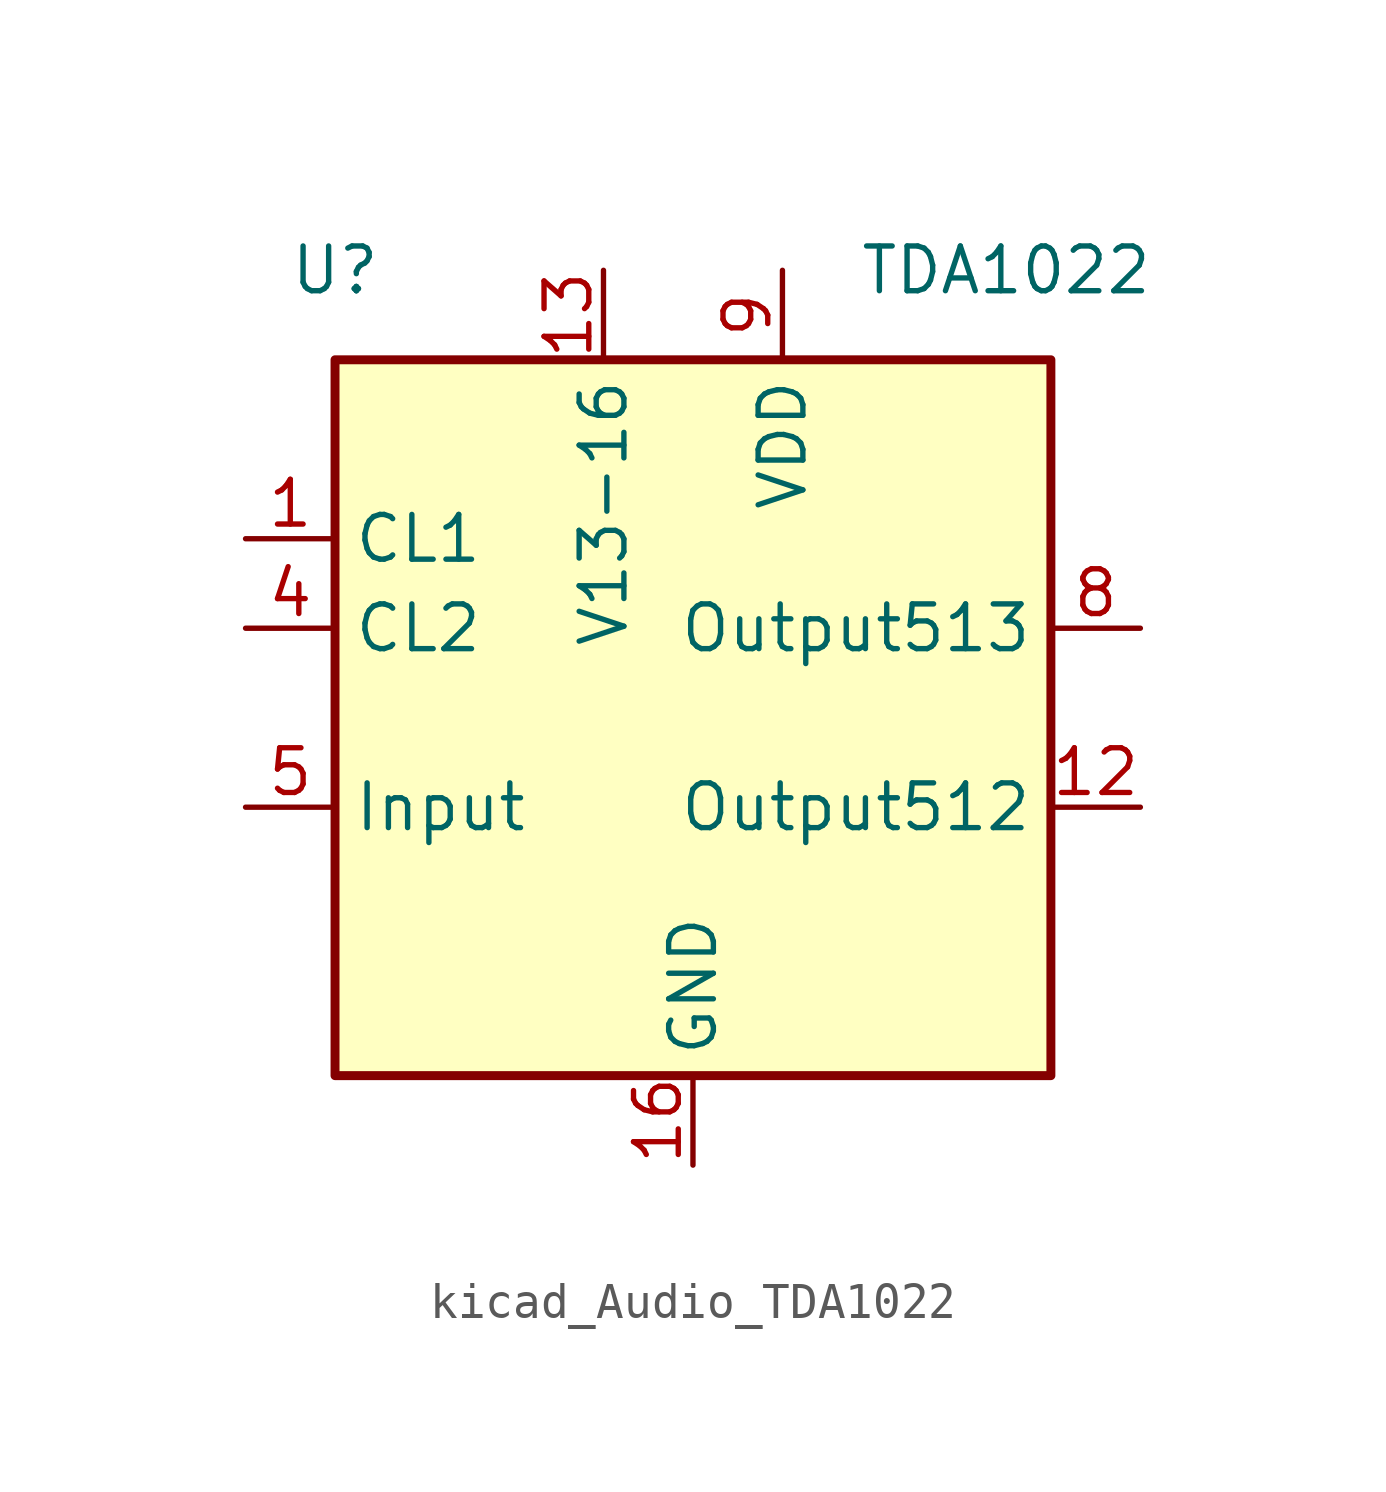
<source format=kicad_sym>
(kicad_symbol_lib
  (version 20220914)
  (generator kicad_symbol_editor)
  (symbol "kicad_Audio_TDA1022"
    (property "Reference" "U"
      (at -10.16 12.7 0)
      (effects (font (size 1.27 1.27))))
    (property "Value" "TDA1022"
      (at 8.89 12.7 0)
      (effects (font (size 1.27 1.27))))
    (symbol "kicad_Audio_TDA1022_0_1"
      (rectangle (start -10.16 10.16) (end 10.16 -10.16) (stroke (width 0.254) (type default)) (fill (type background))))
    (symbol "kicad_Audio_TDA1022_1_1"
      (pin input line (at -12.7 5.08 0) (length 2.54) (name "CL1" (effects (font (size 1.27 1.27)))) (number "1" (effects (font (size 1.27 1.27)))))
      (pin no_connect line (at 2.54 -10.16 90) (length 2.54) hide (name "NC" (effects (font (size 1.27 1.27)))) (number "10" (effects (font (size 1.27 1.27)))))
      (pin no_connect line (at 5.08 -10.16 90) (length 2.54) hide (name "NC" (effects (font (size 1.27 1.27)))) (number "11" (effects (font (size 1.27 1.27)))))
      (pin output line (at 12.7 -2.54 180) (length 2.54) (name "Output512" (effects (font (size 1.27 1.27)))) (number "12" (effects (font (size 1.27 1.27)))))
      (pin power_in line (at -2.54 12.7 270) (length 2.54) (name "V13-16" (effects (font (size 1.27 1.27)))) (number "13" (effects (font (size 1.27 1.27)))))
      (pin no_connect line (at 10.16 -5.08 180) (length 2.54) hide (name "NC" (effects (font (size 1.27 1.27)))) (number "14" (effects (font (size 1.27 1.27)))))
      (pin no_connect line (at 10.16 -7.62 180) (length 2.54) hide (name "NC" (effects (font (size 1.27 1.27)))) (number "15" (effects (font (size 1.27 1.27)))))
      (pin power_in line (at 0 -12.7 90) (length 2.54) (name "GND" (effects (font (size 1.27 1.27)))) (number "16" (effects (font (size 1.27 1.27)))))
      (pin no_connect line (at -10.16 -5.08 0) (length 2.54) hide (name "NC" (effects (font (size 1.27 1.27)))) (number "2" (effects (font (size 1.27 1.27)))))
      (pin no_connect line (at -10.16 -7.62 0) (length 2.54) hide (name "NC" (effects (font (size 1.27 1.27)))) (number "3" (effects (font (size 1.27 1.27)))))
      (pin input line (at -12.7 2.54 0) (length 2.54) (name "CL2" (effects (font (size 1.27 1.27)))) (number "4" (effects (font (size 1.27 1.27)))))
      (pin input line (at -12.7 -2.54 0) (length 2.54) (name "Input" (effects (font (size 1.27 1.27)))) (number "5" (effects (font (size 1.27 1.27)))))
      (pin no_connect line (at -5.08 -10.16 90) (length 2.54) hide (name "NC" (effects (font (size 1.27 1.27)))) (number "6" (effects (font (size 1.27 1.27)))))
      (pin no_connect line (at -2.54 -10.16 90) (length 2.54) hide (name "NC" (effects (font (size 1.27 1.27)))) (number "7" (effects (font (size 1.27 1.27)))))
      (pin output line (at 12.7 2.54 180) (length 2.54) (name "Output513" (effects (font (size 1.27 1.27)))) (number "8" (effects (font (size 1.27 1.27)))))
      (pin power_in line (at 2.54 12.7 270) (length 2.54) (name "VDD" (effects (font (size 1.27 1.27)))) (number "9" (effects (font (size 1.27 1.27))))))))
</source>
